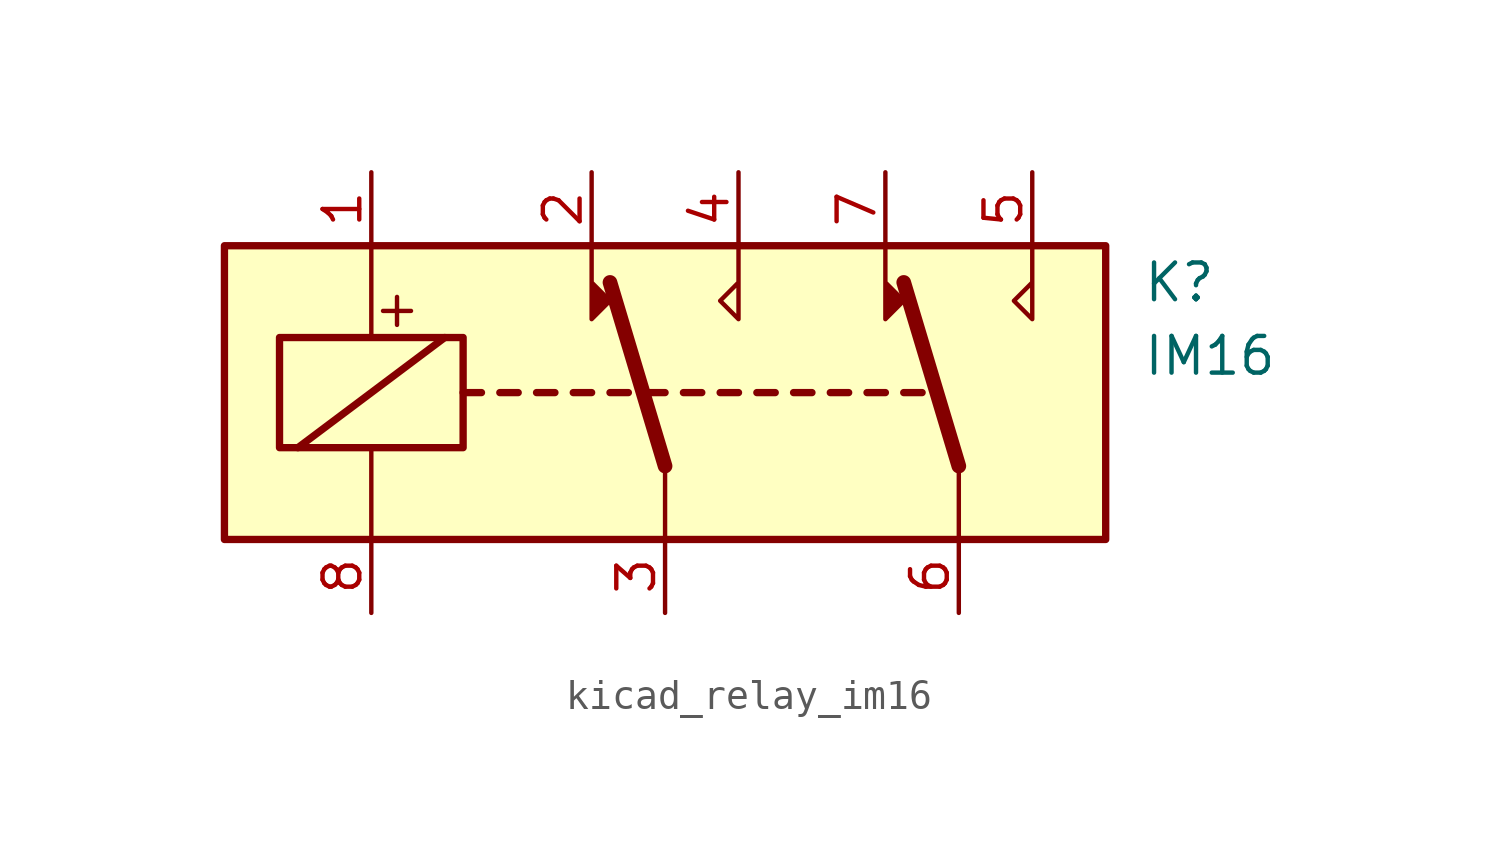
<source format=kicad_sym>
(kicad_symbol_lib
  (version 20220914)
  (generator kicad_symbol_editor)
  (symbol "kicad_relay_im16"
    (property "Reference" "K"
      (at 16.51 3.81 0)
      (effects (font (size 1.27 1.27)) (justify left)))
    (property "Value" "IM16"
      (at 16.51 1.27 0)
      (effects (font (size 1.27 1.27)) (justify left)))
    (symbol "kicad_relay_im16_0_0"
      (text "+" (at -9.271 2.921 0) (effects (font (size 1.27 1.27)))))
    (symbol "kicad_relay_im16_0_1"
      (rectangle (start -15.24 5.08) (end 15.24 -5.08) (stroke (width 0.254) (type default)) (fill (type background)))
      (rectangle (start -13.335 1.905) (end -6.985 -1.905) (stroke (width 0.254) (type default)) (fill (type none)))
      (polyline (pts (xy -12.7 -1.905) (xy -7.62 1.905)) (stroke (width 0.254) (type default)) (fill (type none)))
      (polyline (pts (xy -10.16 -5.08) (xy -10.16 -1.905)) (stroke (width 0) (type default)) (fill (type none)))
      (polyline (pts (xy -10.16 5.08) (xy -10.16 1.905)) (stroke (width 0) (type default)) (fill (type none)))
      (polyline (pts (xy -6.985 0) (xy -6.35 0)) (stroke (width 0.254) (type default)) (fill (type none)))
      (polyline (pts (xy -5.715 0) (xy -5.08 0)) (stroke (width 0.254) (type default)) (fill (type none)))
      (polyline (pts (xy -4.445 0) (xy -3.81 0)) (stroke (width 0.254) (type default)) (fill (type none)))
      (polyline (pts (xy -3.175 0) (xy -2.54 0)) (stroke (width 0.254) (type default)) (fill (type none)))
      (polyline (pts (xy -1.905 0) (xy -1.27 0)) (stroke (width 0.254) (type default)) (fill (type none)))
      (polyline (pts (xy -0.635 0) (xy 0 0)) (stroke (width 0.254) (type default)) (fill (type none)))
      (polyline (pts (xy 0 -2.54) (xy -1.905 3.81)) (stroke (width 0.508) (type default)) (fill (type none)))
      (polyline (pts (xy 0 -2.54) (xy 0 -5.08)) (stroke (width 0) (type default)) (fill (type none)))
      (polyline (pts (xy 0.635 0) (xy 1.27 0)) (stroke (width 0.254) (type default)) (fill (type none)))
      (polyline (pts (xy 1.905 0) (xy 2.54 0)) (stroke (width 0.254) (type default)) (fill (type none)))
      (polyline (pts (xy 3.175 0) (xy 3.81 0)) (stroke (width 0.254) (type default)) (fill (type none)))
      (polyline (pts (xy 4.445 0) (xy 5.08 0)) (stroke (width 0.254) (type default)) (fill (type none)))
      (polyline (pts (xy 5.715 0) (xy 6.35 0)) (stroke (width 0.254) (type default)) (fill (type none)))
      (polyline (pts (xy 6.985 0) (xy 7.62 0)) (stroke (width 0.254) (type default)) (fill (type none)))
      (polyline (pts (xy 8.255 0) (xy 8.89 0)) (stroke (width 0.254) (type default)) (fill (type none)))
      (polyline (pts (xy 10.16 -2.54) (xy 8.255 3.81)) (stroke (width 0.508) (type default)) (fill (type none)))
      (polyline (pts (xy 10.16 -2.54) (xy 10.16 -5.08)) (stroke (width 0) (type default)) (fill (type none)))
      (polyline (pts (xy -2.54 5.08) (xy -2.54 2.54) (xy -1.905 3.175) (xy -2.54 3.81)) (stroke (width 0) (type default)) (fill (type outline)))
      (polyline (pts (xy 2.54 5.08) (xy 2.54 2.54) (xy 1.905 3.175) (xy 2.54 3.81)) (stroke (width 0) (type default)) (fill (type none)))
      (polyline (pts (xy 7.62 5.08) (xy 7.62 2.54) (xy 8.255 3.175) (xy 7.62 3.81)) (stroke (width 0) (type default)) (fill (type outline)))
      (polyline (pts (xy 12.7 5.08) (xy 12.7 2.54) (xy 12.065 3.175) (xy 12.7 3.81)) (stroke (width 0) (type default)) (fill (type none))))
    (symbol "kicad_relay_im16_1_1"
      (pin passive line (at -10.16 7.62 270) (length 2.54) (name "~" (effects (font (size 1.27 1.27)))) (number "1" (effects (font (size 1.27 1.27)))))
      (pin passive line (at -2.54 7.62 270) (length 2.54) (name "~" (effects (font (size 1.27 1.27)))) (number "2" (effects (font (size 1.27 1.27)))))
      (pin passive line (at 0 -7.62 90) (length 2.54) (name "~" (effects (font (size 1.27 1.27)))) (number "3" (effects (font (size 1.27 1.27)))))
      (pin passive line (at 2.54 7.62 270) (length 2.54) (name "~" (effects (font (size 1.27 1.27)))) (number "4" (effects (font (size 1.27 1.27)))))
      (pin passive line (at 12.7 7.62 270) (length 2.54) (name "~" (effects (font (size 1.27 1.27)))) (number "5" (effects (font (size 1.27 1.27)))))
      (pin passive line (at 10.16 -7.62 90) (length 2.54) (name "~" (effects (font (size 1.27 1.27)))) (number "6" (effects (font (size 1.27 1.27)))))
      (pin passive line (at 7.62 7.62 270) (length 2.54) (name "~" (effects (font (size 1.27 1.27)))) (number "7" (effects (font (size 1.27 1.27)))))
      (pin passive line (at -10.16 -7.62 90) (length 2.54) (name "~" (effects (font (size 1.27 1.27)))) (number "8" (effects (font (size 1.27 1.27))))))))
</source>
